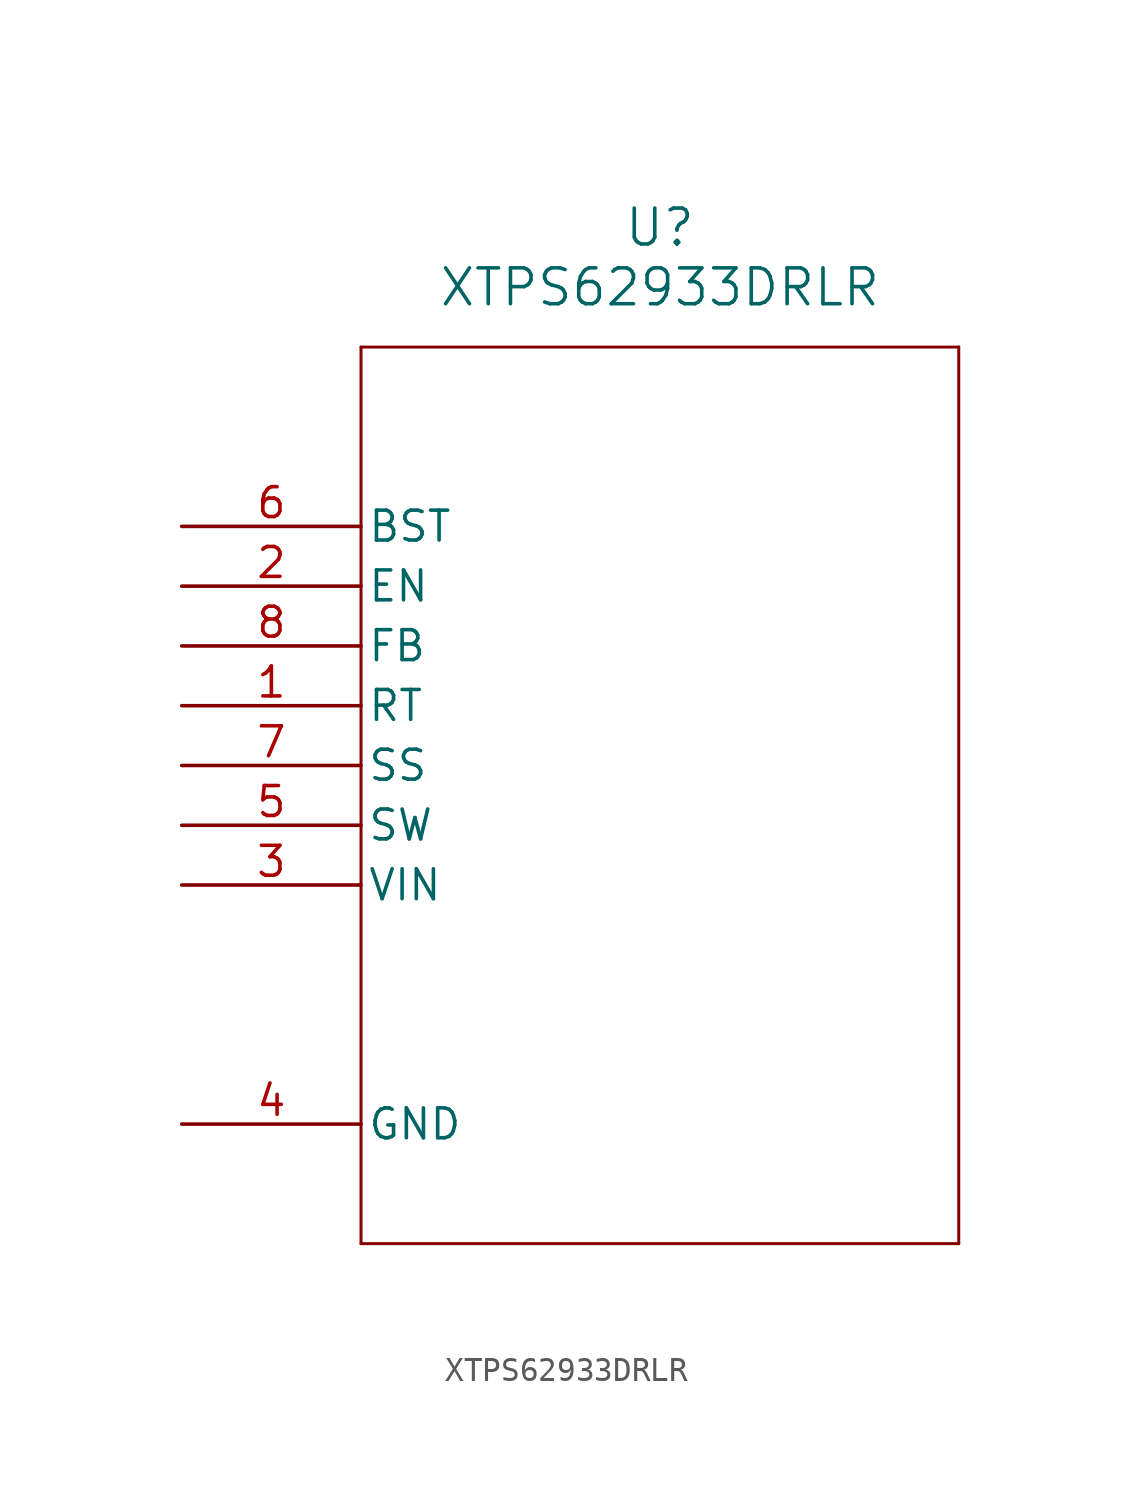
<source format=kicad_sym>
(kicad_symbol_lib
  (version 20211014)
  (generator kicad_symbol_editor)
  (symbol "XTPS62933DRLR"
    (pin_names
      (offset 0.254))
    (property "Reference" "U"
      (at 20.32 12.7 0)
      (effects (font (size 1.524 1.524))))
    (property "Value" "XTPS62933DRLR"
      (at 20.32 10.16 0)
      (effects (font (size 1.524 1.524))))
    (symbol "XTPS62933DRLR_0_1"
      (polyline (pts (xy 7.62 7.62) (xy 7.62 -30.48)) (stroke (width 0.127) (type default) (color 0 0 0 0)) (fill (type none)))
      (polyline (pts (xy 7.62 -30.48) (xy 33.02 -30.48)) (stroke (width 0.127) (type default) (color 0 0 0 0)) (fill (type none)))
      (polyline (pts (xy 33.02 -30.48) (xy 33.02 7.62)) (stroke (width 0.127) (type default) (color 0 0 0 0)) (fill (type none)))
      (polyline (pts (xy 33.02 7.62) (xy 7.62 7.62)) (stroke (width 0.127) (type default) (color 0 0 0 0)) (fill (type none)))
      (pin unspecified line (at 0 -7.62 0) (length 7.62) (name "RT" (effects (font (size 1.27 1.27)))) (number "1" (effects (font (size 1.27 1.27)))))
      (pin unspecified line (at 0 -2.54 0) (length 7.62) (name "EN" (effects (font (size 1.27 1.27)))) (number "2" (effects (font (size 1.27 1.27)))))
      (pin unspecified line (at 0 -15.24 0) (length 7.62) (name "VIN" (effects (font (size 1.27 1.27)))) (number "3" (effects (font (size 1.27 1.27)))))
      (pin power_out line (at 0 -25.4 0) (length 7.62) (name "GND" (effects (font (size 1.27 1.27)))) (number "4" (effects (font (size 1.27 1.27)))))
      (pin unspecified line (at 0 -12.7 0) (length 7.62) (name "SW" (effects (font (size 1.27 1.27)))) (number "5" (effects (font (size 1.27 1.27)))))
      (pin unspecified line (at 0 0 0) (length 7.62) (name "BST" (effects (font (size 1.27 1.27)))) (number "6" (effects (font (size 1.27 1.27)))))
      (pin unspecified line (at 0 -10.16 0) (length 7.62) (name "SS" (effects (font (size 1.27 1.27)))) (number "7" (effects (font (size 1.27 1.27)))))
      (pin unspecified line (at 0 -5.08 0) (length 7.62) (name "FB" (effects (font (size 1.27 1.27)))) (number "8" (effects (font (size 1.27 1.27))))))))
</source>
